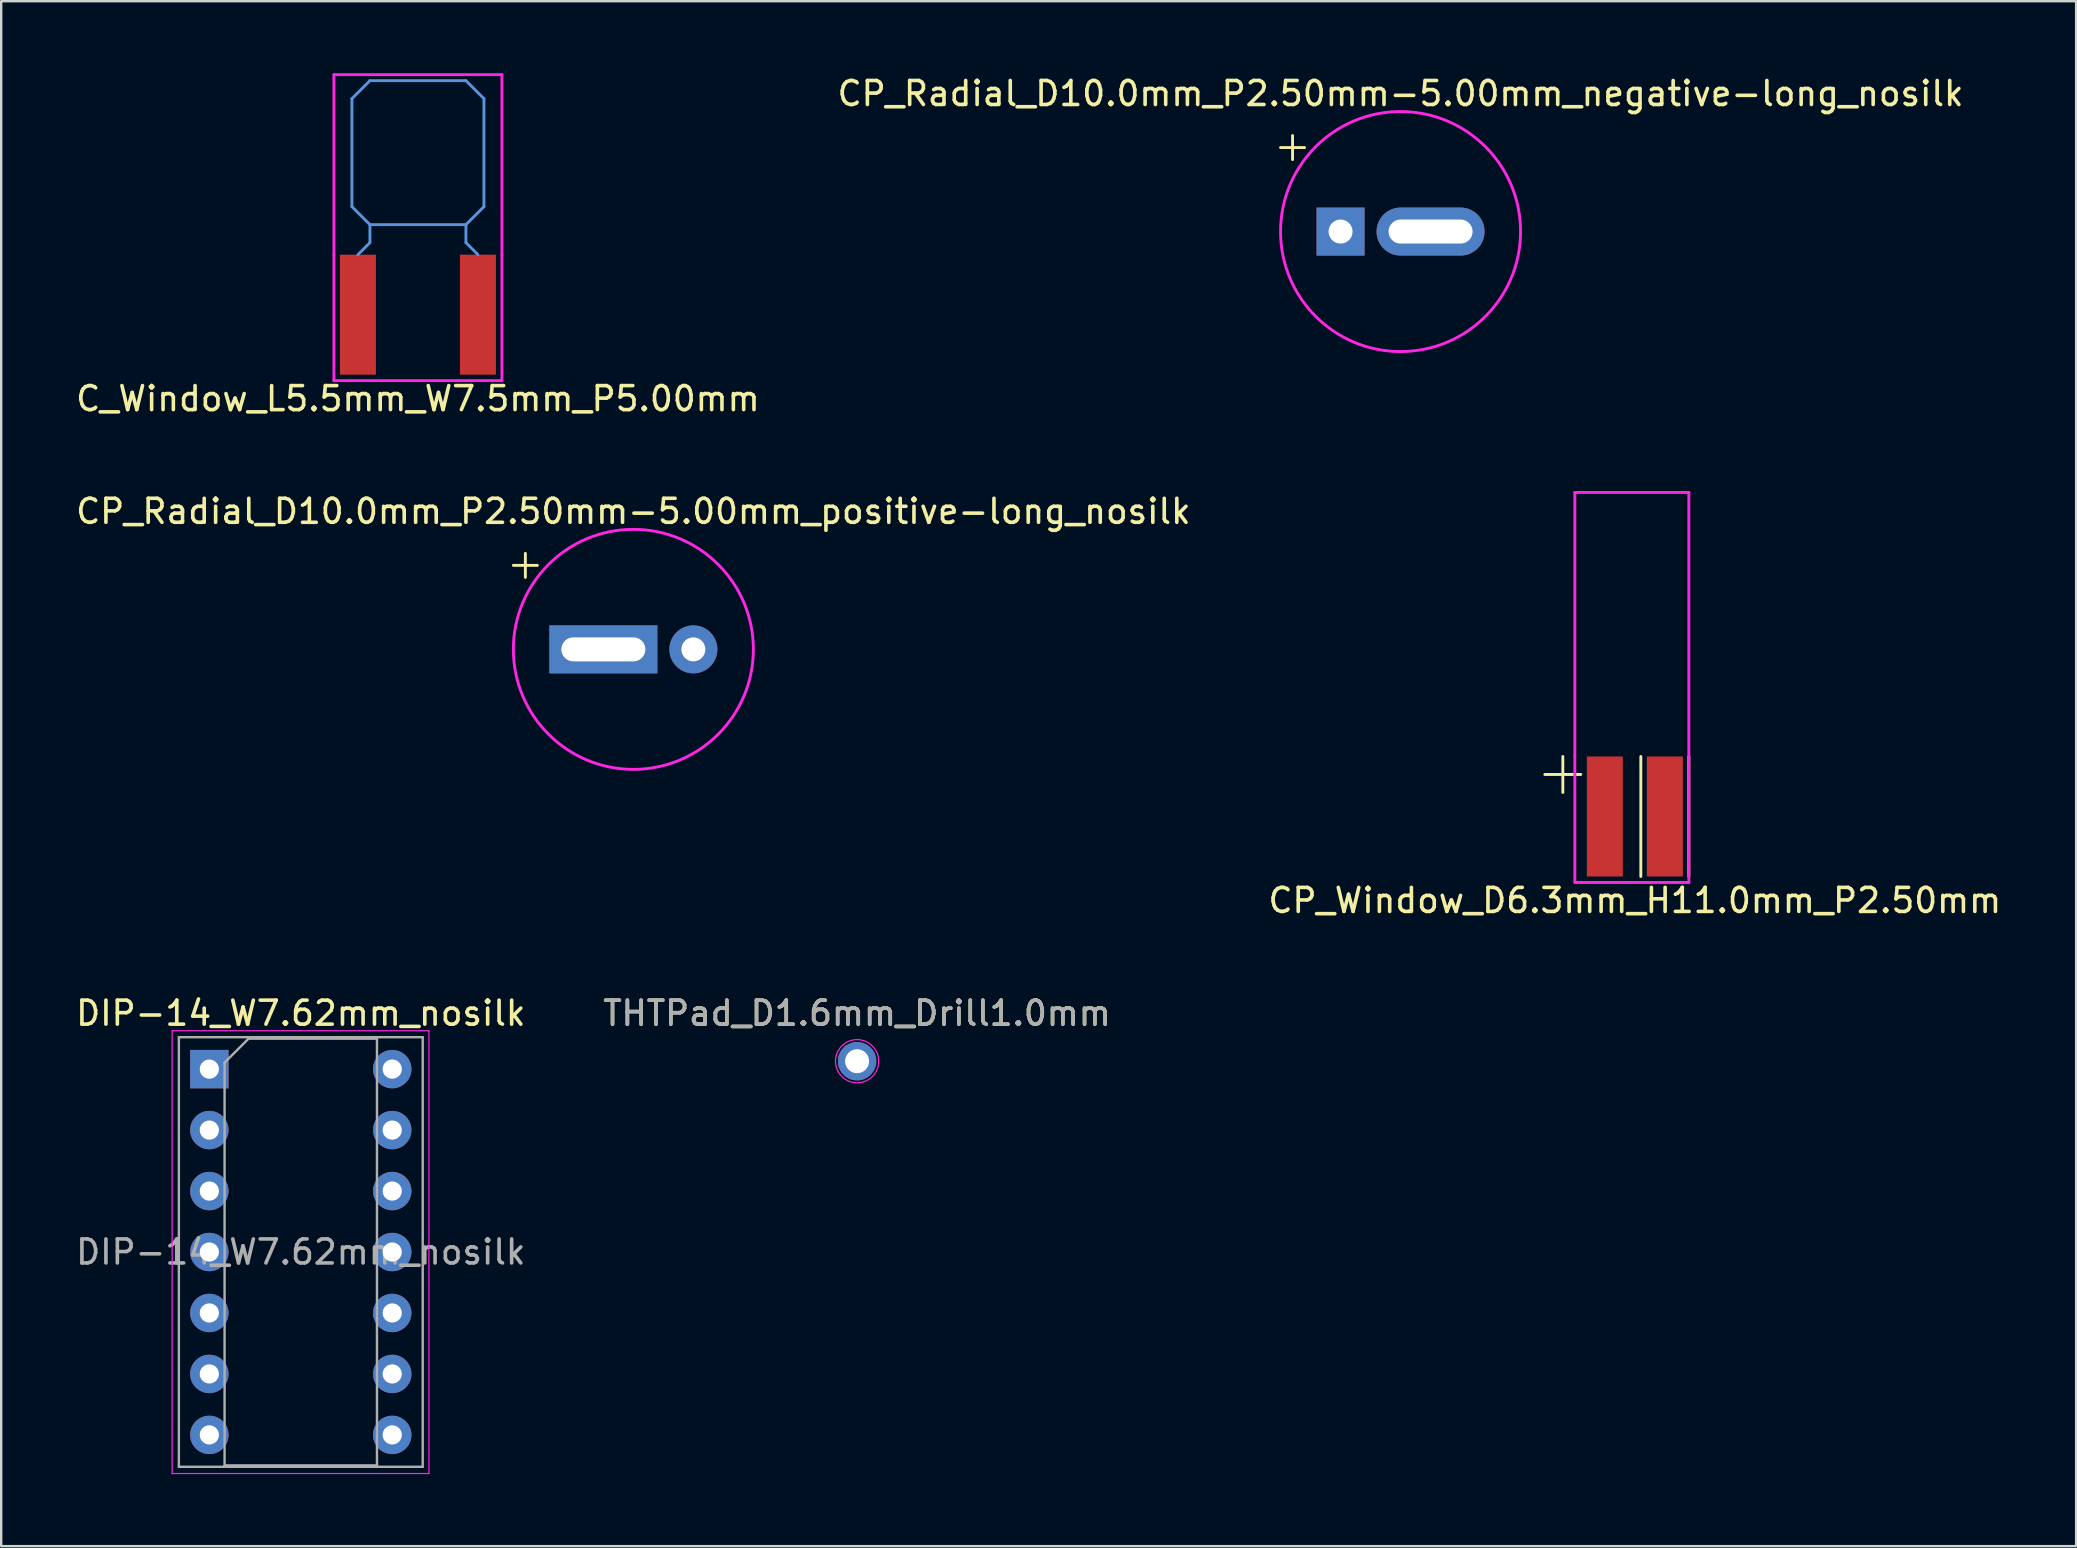
<source format=kicad_pcb>
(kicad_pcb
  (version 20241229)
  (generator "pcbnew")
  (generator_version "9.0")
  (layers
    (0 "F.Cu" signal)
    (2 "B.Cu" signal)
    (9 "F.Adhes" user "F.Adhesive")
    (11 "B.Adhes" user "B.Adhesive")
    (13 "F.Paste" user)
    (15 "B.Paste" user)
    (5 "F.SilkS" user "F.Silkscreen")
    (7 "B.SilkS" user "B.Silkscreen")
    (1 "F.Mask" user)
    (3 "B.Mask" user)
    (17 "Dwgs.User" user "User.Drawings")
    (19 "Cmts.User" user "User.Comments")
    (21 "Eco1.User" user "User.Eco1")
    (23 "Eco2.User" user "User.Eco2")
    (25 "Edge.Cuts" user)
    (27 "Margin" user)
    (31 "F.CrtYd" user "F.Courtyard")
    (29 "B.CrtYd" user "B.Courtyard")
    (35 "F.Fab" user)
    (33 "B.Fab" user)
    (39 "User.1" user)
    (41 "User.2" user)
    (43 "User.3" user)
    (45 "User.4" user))
  (footprint "CP_Radial_D10.0mm_P2.50mm-5.00mm_negative-long_nosilk"
    (layer "F.Cu")
    (at 52.804 6.598)
    (property "Reference" "CP_Radial_D10.0mm_P2.50mm-5.00mm_negative-long_nosilk" (at 2.5 -5.75 0) (layer "F.SilkS") (effects (font (size 1 1) (thickness 0.15))))
    (attr through_hole)
    (fp_line (start -2.5 -3.5) (end -1.5 -3.5) (stroke (width 0.12) (type solid)) (layer "F.SilkS"))
    (fp_line (start -2 -4) (end -2 -3) (stroke (width 0.12) (type solid)) (layer "F.SilkS"))
    (fp_circle (center 2.5 0) (end 7.5 0) (stroke (width 0.12) (type solid)) (fill no) (layer "F.CrtYd"))
    (pad "1" thru_hole rect (at 0 0) (size 2 2) (drill 1) (layers "*.Cu" "*.Mask"))
    (pad "2" thru_hole oval (at 3.75 0) (size 4.5 2) (drill oval 3.5 1) (layers "*.Cu" "*.Mask")))
  (footprint "DIP-14_W7.62mm_nosilk"
    (layer "F.Cu")
    (at 5.672 41.495)
    (property "Reference" "DIP-14_W7.62mm_nosilk" (at 3.81 -2.33 0) (layer "F.SilkS") (effects (font (size 1 1) (thickness 0.15))))
    (attr through_hole)
    (fp_line (start -1.55 -1.6) (end -1.55 16.85) (stroke (width 0.05) (type solid)) (layer "F.CrtYd"))
    (fp_line (start -1.55 16.85) (end 9.15 16.85) (stroke (width 0.05) (type solid)) (layer "F.CrtYd"))
    (fp_line (start 9.15 -1.6) (end -1.55 -1.6) (stroke (width 0.05) (type solid)) (layer "F.CrtYd"))
    (fp_line (start 9.15 16.85) (end 9.15 -1.6) (stroke (width 0.05) (type solid)) (layer "F.CrtYd"))
    (fp_line (start -1.27 -1.33) (end -1.27 16.57) (stroke (width 0.1) (type solid)) (layer "F.Fab"))
    (fp_line (start -1.27 16.57) (end 8.89 16.57) (stroke (width 0.1) (type solid)) (layer "F.Fab"))
    (fp_line (start 0.635 -0.27) (end 1.635 -1.27) (stroke (width 0.1) (type solid)) (layer "F.Fab"))
    (fp_line (start 0.635 16.51) (end 0.635 -0.27) (stroke (width 0.1) (type solid)) (layer "F.Fab"))
    (fp_line (start 1.635 -1.27) (end 6.985 -1.27) (stroke (width 0.1) (type solid)) (layer "F.Fab"))
    (fp_line (start 6.985 -1.27) (end 6.985 16.51) (stroke (width 0.1) (type solid)) (layer "F.Fab"))
    (fp_line (start 6.985 16.51) (end 0.635 16.51) (stroke (width 0.1) (type solid)) (layer "F.Fab"))
    (fp_line (start 8.89 -1.33) (end -1.27 -1.33) (stroke (width 0.1) (type solid)) (layer "F.Fab"))
    (fp_line (start 8.89 16.57) (end 8.89 -1.33) (stroke (width 0.1) (type solid)) (layer "F.Fab"))
    (fp_text user "${REFERENCE}" (at 3.81 7.62 0) (layer "F.Fab") (effects (font (size 1 1) (thickness 0.15))))
    (pad "1" thru_hole rect (at 0 0) (size 1.6 1.6) (drill 0.8) (layers "*.Cu" "*.Mask"))
    (pad "2" thru_hole oval (at 0 2.54) (size 1.6 1.6) (drill 0.8) (layers "*.Cu" "*.Mask"))
    (pad "3" thru_hole oval (at 0 5.08) (size 1.6 1.6) (drill 0.8) (layers "*.Cu" "*.Mask"))
    (pad "4" thru_hole oval (at 0 7.62) (size 1.6 1.6) (drill 0.8) (layers "*.Cu" "*.Mask"))
    (pad "5" thru_hole oval (at 0 10.16) (size 1.6 1.6) (drill 0.8) (layers "*.Cu" "*.Mask"))
    (pad "6" thru_hole oval (at 0 12.7) (size 1.6 1.6) (drill 0.8) (layers "*.Cu" "*.Mask"))
    (pad "7" thru_hole oval (at 0 15.24) (size 1.6 1.6) (drill 0.8) (layers "*.Cu" "*.Mask"))
    (pad "8" thru_hole oval (at 7.62 15.24) (size 1.6 1.6) (drill 0.8) (layers "*.Cu" "*.Mask"))
    (pad "9" thru_hole oval (at 7.62 12.7) (size 1.6 1.6) (drill 0.8) (layers "*.Cu" "*.Mask"))
    (pad "10" thru_hole oval (at 7.62 10.16) (size 1.6 1.6) (drill 0.8) (layers "*.Cu" "*.Mask"))
    (pad "11" thru_hole oval (at 7.62 7.62) (size 1.6 1.6) (drill 0.8) (layers "*.Cu" "*.Mask"))
    (pad "12" thru_hole oval (at 7.62 5.08) (size 1.6 1.6) (drill 0.8) (layers "*.Cu" "*.Mask"))
    (pad "13" thru_hole oval (at 7.62 2.54) (size 1.6 1.6) (drill 0.8) (layers "*.Cu" "*.Mask"))
    (pad "14" thru_hole oval (at 7.62 0) (size 1.6 1.6) (drill 0.8) (layers "*.Cu" "*.Mask")))
  (footprint "C_Window_L5.5mm_W7.5mm_P5.00mm"
    (layer "F.Cu")
    (at 11.863 10.06)
    (property "Reference" "C_Window_L5.5mm_W7.5mm_P5.00mm" (at 2.5 3.5 0) (layer "F.SilkS") (effects (font (size 1 1) (thickness 0.15))))
    (attr through_hole)
    (fp_line (start -0.25 -9) (end -0.25 -4.5) (stroke (width 0.12) (type solid)) (layer "Cmts.User"))
    (fp_line (start -0.25 -4.5) (end 0.5 -3.75) (stroke (width 0.12) (type solid)) (layer "Cmts.User"))
    (fp_line (start 0 -2.5) (end 0.5 -3) (stroke (width 0.12) (type solid)) (layer "Cmts.User"))
    (fp_line (start 0.5 -9.75) (end -0.25 -9) (stroke (width 0.12) (type solid)) (layer "Cmts.User"))
    (fp_line (start 0.5 -3.75) (end 0.5 -3) (stroke (width 0.12) (type solid)) (layer "Cmts.User"))
    (fp_line (start 0.5 -3.75) (end 4.5 -3.75) (stroke (width 0.12) (type solid)) (layer "Cmts.User"))
    (fp_line (start 4.5 -9.75) (end 0.5 -9.75) (stroke (width 0.12) (type solid)) (layer "Cmts.User"))
    (fp_line (start 4.5 -3.75) (end 4.5 -3) (stroke (width 0.12) (type solid)) (layer "Cmts.User"))
    (fp_line (start 4.5 -3.75) (end 5.25 -4.5) (stroke (width 0.12) (type solid)) (layer "Cmts.User"))
    (fp_line (start 4.5 -3) (end 5 -2.5) (stroke (width 0.12) (type solid)) (layer "Cmts.User"))
    (fp_line (start 5.25 -9) (end 4.5 -9.75) (stroke (width 0.12) (type solid)) (layer "Cmts.User"))
    (fp_line (start 5.25 -4.5) (end 5.25 -9) (stroke (width 0.12) (type solid)) (layer "Cmts.User"))
    (fp_line (start -1 -10) (end -1 -2.5) (stroke (width 0.12) (type solid)) (layer "F.CrtYd"))
    (fp_line (start -1 -2.5) (end -1 2.75) (stroke (width 0.12) (type solid)) (layer "F.CrtYd"))
    (fp_line (start -1 2.75) (end 6 2.75) (stroke (width 0.12) (type solid)) (layer "F.CrtYd"))
    (fp_line (start 6 -10) (end -1 -10) (stroke (width 0.12) (type solid)) (layer "F.CrtYd"))
    (fp_line (start 6 -2.5) (end 6 -10) (stroke (width 0.12) (type solid)) (layer "F.CrtYd"))
    (fp_line (start 6 2.75) (end 6 -2.5) (stroke (width 0.12) (type solid)) (layer "F.CrtYd"))
    (pad "1" smd rect (at 0 0) (size 1.5 5) (layers "F.Cu" "F.Mask" "F.Paste"))
    (pad "2" smd rect (at 5 0) (size 1.5 5) (layers "F.Cu" "F.Mask" "F.Paste")))
  (footprint "CP_Window_D6.3mm_H11.0mm_P2.50mm"
    (layer "F.Cu")
    (at 63.815 30.968)
    (property "Reference" "CP_Window_D6.3mm_H11.0mm_P2.50mm" (at 1.25 3.5 0) (layer "F.SilkS") (effects (font (size 1 1) (thickness 0.15))))
    (attr through_hole)
    (fp_line (start -2.5 -1.75) (end -1 -1.75) (stroke (width 0.12) (type solid)) (layer "F.SilkS"))
    (fp_line (start -1.75 -2.5) (end -1.75 -1) (stroke (width 0.12) (type solid)) (layer "F.SilkS"))
    (fp_line (start 1.5 -2.5) (end 1.5 2.5) (stroke (width 0.12) (type solid)) (layer "F.SilkS"))
    (fp_line (start 3.5 -2.5) (end 3.5 2.5) (stroke (width 0.12) (type solid)) (layer "F.SilkS"))
    (fp_line (start -1.25 -13.5) (end -1.25 -2.5) (stroke (width 0.12) (type solid)) (layer "F.CrtYd"))
    (fp_line (start -1.25 -2.5) (end -1.25 2.75) (stroke (width 0.12) (type solid)) (layer "F.CrtYd"))
    (fp_line (start -1.25 2.75) (end 3.5 2.75) (stroke (width 0.12) (type solid)) (layer "F.CrtYd"))
    (fp_line (start 3.5 -13.5) (end -1.25 -13.5) (stroke (width 0.12) (type solid)) (layer "F.CrtYd"))
    (fp_line (start 3.5 -2.5) (end 3.5 -13.5) (stroke (width 0.12) (type solid)) (layer "F.CrtYd"))
    (fp_line (start 3.5 2.75) (end 3.5 -2.5) (stroke (width 0.12) (type solid)) (layer "F.CrtYd"))
    (pad "1" smd rect (at 0 0) (size 1.5 5) (layers "F.Cu" "F.Mask" "F.Paste"))
    (pad "2" smd rect (at 2.5 0) (size 1.5 5) (layers "F.Cu" "F.Mask" "F.Paste")))
  (footprint "CP_Radial_D10.0mm_P2.50mm-5.00mm_positive-long_nosilk"
    (layer "F.Cu")
    (at 20.839 24.006)
    (property "Reference" "CP_Radial_D10.0mm_P2.50mm-5.00mm_positive-long_nosilk" (at 2.5 -5.75 0) (layer "F.SilkS") (effects (font (size 1 1) (thickness 0.15))))
    (attr through_hole)
    (fp_line (start -2.5 -3.5) (end -1.5 -3.5) (stroke (width 0.12) (type solid)) (layer "F.SilkS"))
    (fp_line (start -2 -4) (end -2 -3) (stroke (width 0.12) (type solid)) (layer "F.SilkS"))
    (fp_circle (center 2.5 0) (end 7.5 0) (stroke (width 0.12) (type solid)) (fill no) (layer "F.CrtYd"))
    (pad "1" thru_hole rect (at 1.25 0) (size 4.5 2) (drill oval 3.5 1) (layers "*.Cu" "*.Mask"))
    (pad "2" thru_hole circle (at 5 0) (size 2 2) (drill 1) (layers "*.Cu" "*.Mask")))
  (footprint "THTPad_D1.6mm_Drill1.0mm"
    (layer "F.Cu")
    (at 32.661 41.165)
    (property "Reference" "THTPad_D1.6mm_Drill1.0mm" (at 0 -1.998 0) (layer "F.SilkS") (effects (font (size 1 1) (thickness 0.15))))
    (attr exclude_from_pos_files exclude_from_bom)
    (fp_circle (center 0 0) (end 0.9 0) (stroke (width 0.05) (type solid)) (fill no) (layer "F.CrtYd"))
    (fp_text user "${REFERENCE}" (at 0 -2 0) (layer "F.Fab") (effects (font (size 1 1) (thickness 0.15))))
    (pad "1" thru_hole circle (at 0 0) (size 1.6 1.6) (drill 1) (layers "*.Cu" "*.Mask")))
  (gr_rect
    (start -3 -3)
    (end 83.452 61.37)
    (stroke (width 0.1) (type default))
    (fill no)
    (layer "Edge.Cuts")))
</source>
